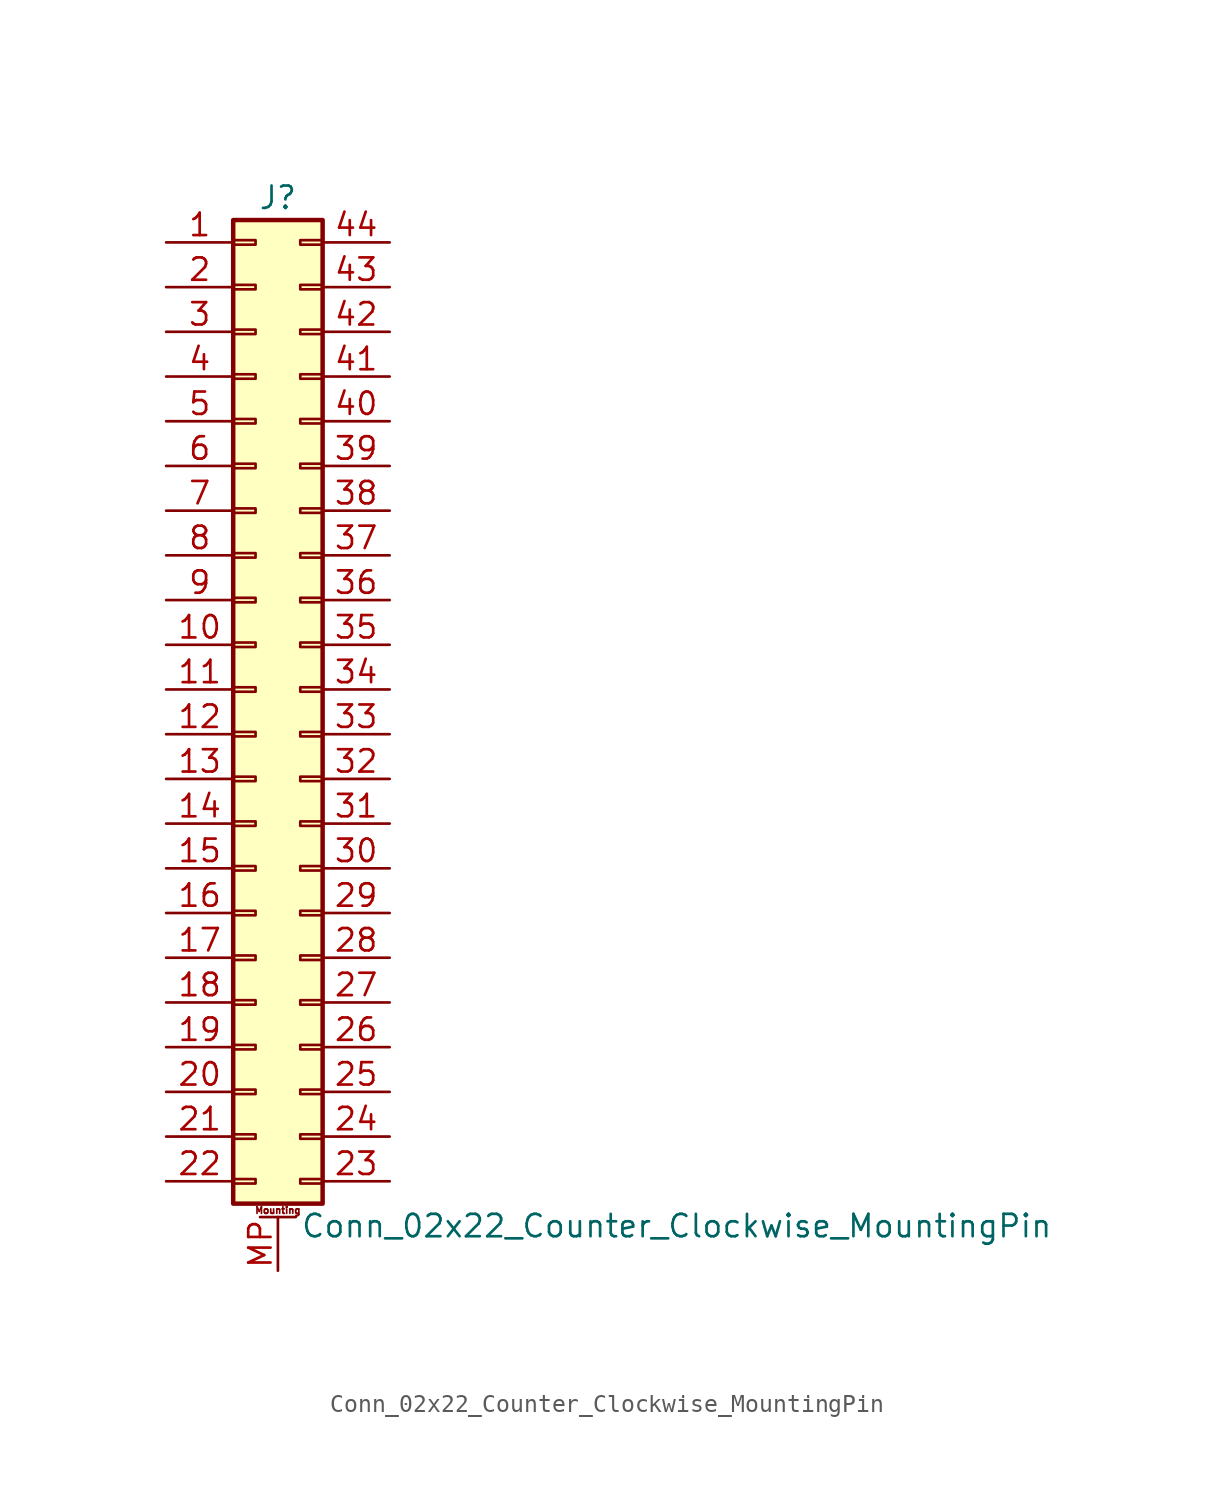
<source format=kicad_sym>
(kicad_symbol_lib
  (version 20211014)
  (generator kicad_symbol_editor)
  (symbol "Conn_02x22_Counter_Clockwise_MountingPin"
    (pin_names
      (offset 1.016) hide)
    (property "Reference" "J"
      (at 1.27 27.94 0)
      (effects (font (size 1.27 1.27))))
    (property "Value" "Conn_02x22_Counter_Clockwise_MountingPin"
      (at 2.54 -30.48 0)
      (effects (font (size 1.27 1.27)) (justify left)))
    (symbol "Conn_02x22_Counter_Clockwise_MountingPin_1_1"
      (rectangle (start -1.27 -27.813) (end 0 -28.067) (stroke (width 0.152) (type default) (color 0 0 0 0)) (fill (type none)))
      (rectangle (start -1.27 -25.273) (end 0 -25.527) (stroke (width 0.152) (type default) (color 0 0 0 0)) (fill (type none)))
      (rectangle (start -1.27 -22.733) (end 0 -22.987) (stroke (width 0.152) (type default) (color 0 0 0 0)) (fill (type none)))
      (rectangle (start -1.27 -20.193) (end 0 -20.447) (stroke (width 0.152) (type default) (color 0 0 0 0)) (fill (type none)))
      (rectangle (start -1.27 -17.653) (end 0 -17.907) (stroke (width 0.152) (type default) (color 0 0 0 0)) (fill (type none)))
      (rectangle (start -1.27 -15.113) (end 0 -15.367) (stroke (width 0.152) (type default) (color 0 0 0 0)) (fill (type none)))
      (rectangle (start -1.27 -12.573) (end 0 -12.827) (stroke (width 0.152) (type default) (color 0 0 0 0)) (fill (type none)))
      (rectangle (start -1.27 -10.033) (end 0 -10.287) (stroke (width 0.152) (type default) (color 0 0 0 0)) (fill (type none)))
      (rectangle (start -1.27 -7.493) (end 0 -7.747) (stroke (width 0.152) (type default) (color 0 0 0 0)) (fill (type none)))
      (rectangle (start -1.27 -4.953) (end 0 -5.207) (stroke (width 0.152) (type default) (color 0 0 0 0)) (fill (type none)))
      (rectangle (start -1.27 -2.413) (end 0 -2.667) (stroke (width 0.152) (type default) (color 0 0 0 0)) (fill (type none)))
      (rectangle (start -1.27 0.127) (end 0 -0.127) (stroke (width 0.152) (type default) (color 0 0 0 0)) (fill (type none)))
      (rectangle (start -1.27 2.667) (end 0 2.413) (stroke (width 0.152) (type default) (color 0 0 0 0)) (fill (type none)))
      (rectangle (start -1.27 5.207) (end 0 4.953) (stroke (width 0.152) (type default) (color 0 0 0 0)) (fill (type none)))
      (rectangle (start -1.27 7.747) (end 0 7.493) (stroke (width 0.152) (type default) (color 0 0 0 0)) (fill (type none)))
      (rectangle (start -1.27 10.287) (end 0 10.033) (stroke (width 0.152) (type default) (color 0 0 0 0)) (fill (type none)))
      (rectangle (start -1.27 12.827) (end 0 12.573) (stroke (width 0.152) (type default) (color 0 0 0 0)) (fill (type none)))
      (rectangle (start -1.27 15.367) (end 0 15.113) (stroke (width 0.152) (type default) (color 0 0 0 0)) (fill (type none)))
      (rectangle (start -1.27 17.907) (end 0 17.653) (stroke (width 0.152) (type default) (color 0 0 0 0)) (fill (type none)))
      (rectangle (start -1.27 20.447) (end 0 20.193) (stroke (width 0.152) (type default) (color 0 0 0 0)) (fill (type none)))
      (rectangle (start -1.27 22.987) (end 0 22.733) (stroke (width 0.152) (type default) (color 0 0 0 0)) (fill (type none)))
      (rectangle (start -1.27 25.527) (end 0 25.273) (stroke (width 0.152) (type default) (color 0 0 0 0)) (fill (type none)))
      (rectangle (start -1.27 26.67) (end 3.81 -29.21) (stroke (width 0.254) (type default) (color 0 0 0 0)) (fill (type background)))
      (polyline (pts (xy 0.254 -29.972) (xy 2.286 -29.972)) (stroke (width 0.152) (type default) (color 0 0 0 0)) (fill (type none)))
      (rectangle (start 3.81 -27.813) (end 2.54 -28.067) (stroke (width 0.152) (type default) (color 0 0 0 0)) (fill (type none)))
      (rectangle (start 3.81 -25.273) (end 2.54 -25.527) (stroke (width 0.152) (type default) (color 0 0 0 0)) (fill (type none)))
      (rectangle (start 3.81 -22.733) (end 2.54 -22.987) (stroke (width 0.152) (type default) (color 0 0 0 0)) (fill (type none)))
      (rectangle (start 3.81 -20.193) (end 2.54 -20.447) (stroke (width 0.152) (type default) (color 0 0 0 0)) (fill (type none)))
      (rectangle (start 3.81 -17.653) (end 2.54 -17.907) (stroke (width 0.152) (type default) (color 0 0 0 0)) (fill (type none)))
      (rectangle (start 3.81 -15.113) (end 2.54 -15.367) (stroke (width 0.152) (type default) (color 0 0 0 0)) (fill (type none)))
      (rectangle (start 3.81 -12.573) (end 2.54 -12.827) (stroke (width 0.152) (type default) (color 0 0 0 0)) (fill (type none)))
      (rectangle (start 3.81 -10.033) (end 2.54 -10.287) (stroke (width 0.152) (type default) (color 0 0 0 0)) (fill (type none)))
      (rectangle (start 3.81 -7.493) (end 2.54 -7.747) (stroke (width 0.152) (type default) (color 0 0 0 0)) (fill (type none)))
      (rectangle (start 3.81 -4.953) (end 2.54 -5.207) (stroke (width 0.152) (type default) (color 0 0 0 0)) (fill (type none)))
      (rectangle (start 3.81 -2.413) (end 2.54 -2.667) (stroke (width 0.152) (type default) (color 0 0 0 0)) (fill (type none)))
      (rectangle (start 3.81 0.127) (end 2.54 -0.127) (stroke (width 0.152) (type default) (color 0 0 0 0)) (fill (type none)))
      (rectangle (start 3.81 2.667) (end 2.54 2.413) (stroke (width 0.152) (type default) (color 0 0 0 0)) (fill (type none)))
      (rectangle (start 3.81 5.207) (end 2.54 4.953) (stroke (width 0.152) (type default) (color 0 0 0 0)) (fill (type none)))
      (rectangle (start 3.81 7.747) (end 2.54 7.493) (stroke (width 0.152) (type default) (color 0 0 0 0)) (fill (type none)))
      (rectangle (start 3.81 10.287) (end 2.54 10.033) (stroke (width 0.152) (type default) (color 0 0 0 0)) (fill (type none)))
      (rectangle (start 3.81 12.827) (end 2.54 12.573) (stroke (width 0.152) (type default) (color 0 0 0 0)) (fill (type none)))
      (rectangle (start 3.81 15.367) (end 2.54 15.113) (stroke (width 0.152) (type default) (color 0 0 0 0)) (fill (type none)))
      (rectangle (start 3.81 17.907) (end 2.54 17.653) (stroke (width 0.152) (type default) (color 0 0 0 0)) (fill (type none)))
      (rectangle (start 3.81 20.447) (end 2.54 20.193) (stroke (width 0.152) (type default) (color 0 0 0 0)) (fill (type none)))
      (rectangle (start 3.81 22.987) (end 2.54 22.733) (stroke (width 0.152) (type default) (color 0 0 0 0)) (fill (type none)))
      (rectangle (start 3.81 25.527) (end 2.54 25.273) (stroke (width 0.152) (type default) (color 0 0 0 0)) (fill (type none)))
      (text "Mounting" (at 1.27 -29.591 0) (effects (font (size 0.381 0.381))))
      (pin passive line (at -5.08 25.4 0) (length 3.81) (name "Pin_1" (effects (font (size 1.27 1.27)))) (number "1" (effects (font (size 1.27 1.27)))))
      (pin passive line (at -5.08 2.54 0) (length 3.81) (name "Pin_10" (effects (font (size 1.27 1.27)))) (number "10" (effects (font (size 1.27 1.27)))))
      (pin passive line (at -5.08 0 0) (length 3.81) (name "Pin_11" (effects (font (size 1.27 1.27)))) (number "11" (effects (font (size 1.27 1.27)))))
      (pin passive line (at -5.08 -2.54 0) (length 3.81) (name "Pin_12" (effects (font (size 1.27 1.27)))) (number "12" (effects (font (size 1.27 1.27)))))
      (pin passive line (at -5.08 -5.08 0) (length 3.81) (name "Pin_13" (effects (font (size 1.27 1.27)))) (number "13" (effects (font (size 1.27 1.27)))))
      (pin passive line (at -5.08 -7.62 0) (length 3.81) (name "Pin_14" (effects (font (size 1.27 1.27)))) (number "14" (effects (font (size 1.27 1.27)))))
      (pin passive line (at -5.08 -10.16 0) (length 3.81) (name "Pin_15" (effects (font (size 1.27 1.27)))) (number "15" (effects (font (size 1.27 1.27)))))
      (pin passive line (at -5.08 -12.7 0) (length 3.81) (name "Pin_16" (effects (font (size 1.27 1.27)))) (number "16" (effects (font (size 1.27 1.27)))))
      (pin passive line (at -5.08 -15.24 0) (length 3.81) (name "Pin_17" (effects (font (size 1.27 1.27)))) (number "17" (effects (font (size 1.27 1.27)))))
      (pin passive line (at -5.08 -17.78 0) (length 3.81) (name "Pin_18" (effects (font (size 1.27 1.27)))) (number "18" (effects (font (size 1.27 1.27)))))
      (pin passive line (at -5.08 -20.32 0) (length 3.81) (name "Pin_19" (effects (font (size 1.27 1.27)))) (number "19" (effects (font (size 1.27 1.27)))))
      (pin passive line (at -5.08 22.86 0) (length 3.81) (name "Pin_2" (effects (font (size 1.27 1.27)))) (number "2" (effects (font (size 1.27 1.27)))))
      (pin passive line (at -5.08 -22.86 0) (length 3.81) (name "Pin_20" (effects (font (size 1.27 1.27)))) (number "20" (effects (font (size 1.27 1.27)))))
      (pin passive line (at -5.08 -25.4 0) (length 3.81) (name "Pin_21" (effects (font (size 1.27 1.27)))) (number "21" (effects (font (size 1.27 1.27)))))
      (pin passive line (at -5.08 -27.94 0) (length 3.81) (name "Pin_22" (effects (font (size 1.27 1.27)))) (number "22" (effects (font (size 1.27 1.27)))))
      (pin passive line (at 7.62 -27.94 180) (length 3.81) (name "Pin_23" (effects (font (size 1.27 1.27)))) (number "23" (effects (font (size 1.27 1.27)))))
      (pin passive line (at 7.62 -25.4 180) (length 3.81) (name "Pin_24" (effects (font (size 1.27 1.27)))) (number "24" (effects (font (size 1.27 1.27)))))
      (pin passive line (at 7.62 -22.86 180) (length 3.81) (name "Pin_25" (effects (font (size 1.27 1.27)))) (number "25" (effects (font (size 1.27 1.27)))))
      (pin passive line (at 7.62 -20.32 180) (length 3.81) (name "Pin_26" (effects (font (size 1.27 1.27)))) (number "26" (effects (font (size 1.27 1.27)))))
      (pin passive line (at 7.62 -17.78 180) (length 3.81) (name "Pin_27" (effects (font (size 1.27 1.27)))) (number "27" (effects (font (size 1.27 1.27)))))
      (pin passive line (at 7.62 -15.24 180) (length 3.81) (name "Pin_28" (effects (font (size 1.27 1.27)))) (number "28" (effects (font (size 1.27 1.27)))))
      (pin passive line (at 7.62 -12.7 180) (length 3.81) (name "Pin_29" (effects (font (size 1.27 1.27)))) (number "29" (effects (font (size 1.27 1.27)))))
      (pin passive line (at -5.08 20.32 0) (length 3.81) (name "Pin_3" (effects (font (size 1.27 1.27)))) (number "3" (effects (font (size 1.27 1.27)))))
      (pin passive line (at 7.62 -10.16 180) (length 3.81) (name "Pin_30" (effects (font (size 1.27 1.27)))) (number "30" (effects (font (size 1.27 1.27)))))
      (pin passive line (at 7.62 -7.62 180) (length 3.81) (name "Pin_31" (effects (font (size 1.27 1.27)))) (number "31" (effects (font (size 1.27 1.27)))))
      (pin passive line (at 7.62 -5.08 180) (length 3.81) (name "Pin_32" (effects (font (size 1.27 1.27)))) (number "32" (effects (font (size 1.27 1.27)))))
      (pin passive line (at 7.62 -2.54 180) (length 3.81) (name "Pin_33" (effects (font (size 1.27 1.27)))) (number "33" (effects (font (size 1.27 1.27)))))
      (pin passive line (at 7.62 0 180) (length 3.81) (name "Pin_34" (effects (font (size 1.27 1.27)))) (number "34" (effects (font (size 1.27 1.27)))))
      (pin passive line (at 7.62 2.54 180) (length 3.81) (name "Pin_35" (effects (font (size 1.27 1.27)))) (number "35" (effects (font (size 1.27 1.27)))))
      (pin passive line (at 7.62 5.08 180) (length 3.81) (name "Pin_36" (effects (font (size 1.27 1.27)))) (number "36" (effects (font (size 1.27 1.27)))))
      (pin passive line (at 7.62 7.62 180) (length 3.81) (name "Pin_37" (effects (font (size 1.27 1.27)))) (number "37" (effects (font (size 1.27 1.27)))))
      (pin passive line (at 7.62 10.16 180) (length 3.81) (name "Pin_38" (effects (font (size 1.27 1.27)))) (number "38" (effects (font (size 1.27 1.27)))))
      (pin passive line (at 7.62 12.7 180) (length 3.81) (name "Pin_39" (effects (font (size 1.27 1.27)))) (number "39" (effects (font (size 1.27 1.27)))))
      (pin passive line (at -5.08 17.78 0) (length 3.81) (name "Pin_4" (effects (font (size 1.27 1.27)))) (number "4" (effects (font (size 1.27 1.27)))))
      (pin passive line (at 7.62 15.24 180) (length 3.81) (name "Pin_40" (effects (font (size 1.27 1.27)))) (number "40" (effects (font (size 1.27 1.27)))))
      (pin passive line (at 7.62 17.78 180) (length 3.81) (name "Pin_41" (effects (font (size 1.27 1.27)))) (number "41" (effects (font (size 1.27 1.27)))))
      (pin passive line (at 7.62 20.32 180) (length 3.81) (name "Pin_42" (effects (font (size 1.27 1.27)))) (number "42" (effects (font (size 1.27 1.27)))))
      (pin passive line (at 7.62 22.86 180) (length 3.81) (name "Pin_43" (effects (font (size 1.27 1.27)))) (number "43" (effects (font (size 1.27 1.27)))))
      (pin passive line (at 7.62 25.4 180) (length 3.81) (name "Pin_44" (effects (font (size 1.27 1.27)))) (number "44" (effects (font (size 1.27 1.27)))))
      (pin passive line (at -5.08 15.24 0) (length 3.81) (name "Pin_5" (effects (font (size 1.27 1.27)))) (number "5" (effects (font (size 1.27 1.27)))))
      (pin passive line (at -5.08 12.7 0) (length 3.81) (name "Pin_6" (effects (font (size 1.27 1.27)))) (number "6" (effects (font (size 1.27 1.27)))))
      (pin passive line (at -5.08 10.16 0) (length 3.81) (name "Pin_7" (effects (font (size 1.27 1.27)))) (number "7" (effects (font (size 1.27 1.27)))))
      (pin passive line (at -5.08 7.62 0) (length 3.81) (name "Pin_8" (effects (font (size 1.27 1.27)))) (number "8" (effects (font (size 1.27 1.27)))))
      (pin passive line (at -5.08 5.08 0) (length 3.81) (name "Pin_9" (effects (font (size 1.27 1.27)))) (number "9" (effects (font (size 1.27 1.27)))))
      (pin passive line (at 1.27 -33.02 90) (length 3.048) (name "MountPin" (effects (font (size 1.27 1.27)))) (number "MP" (effects (font (size 1.27 1.27))))))))
</source>
